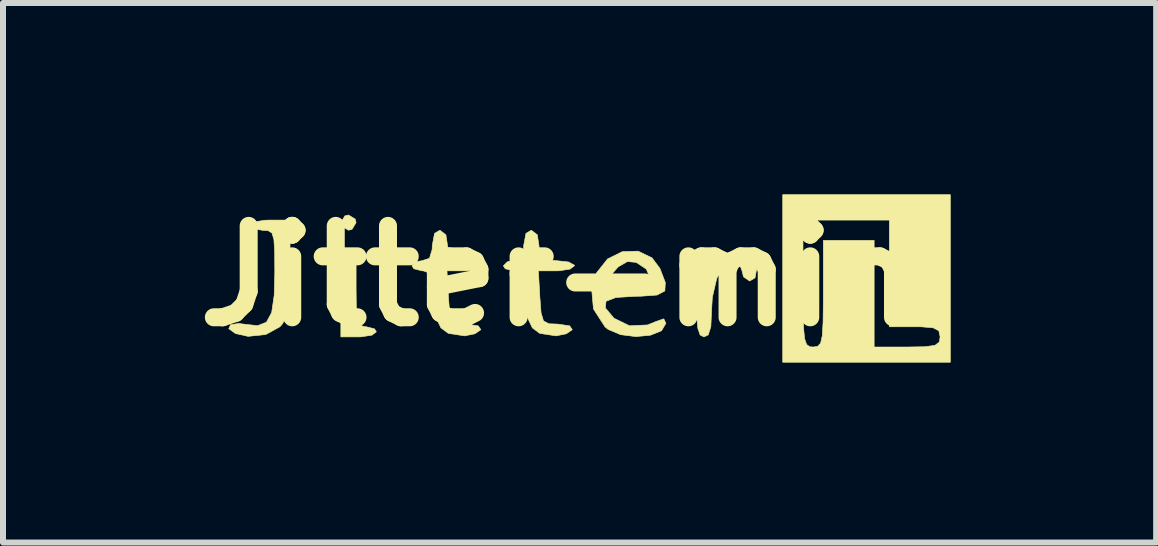
<source format=kicad_pcb>
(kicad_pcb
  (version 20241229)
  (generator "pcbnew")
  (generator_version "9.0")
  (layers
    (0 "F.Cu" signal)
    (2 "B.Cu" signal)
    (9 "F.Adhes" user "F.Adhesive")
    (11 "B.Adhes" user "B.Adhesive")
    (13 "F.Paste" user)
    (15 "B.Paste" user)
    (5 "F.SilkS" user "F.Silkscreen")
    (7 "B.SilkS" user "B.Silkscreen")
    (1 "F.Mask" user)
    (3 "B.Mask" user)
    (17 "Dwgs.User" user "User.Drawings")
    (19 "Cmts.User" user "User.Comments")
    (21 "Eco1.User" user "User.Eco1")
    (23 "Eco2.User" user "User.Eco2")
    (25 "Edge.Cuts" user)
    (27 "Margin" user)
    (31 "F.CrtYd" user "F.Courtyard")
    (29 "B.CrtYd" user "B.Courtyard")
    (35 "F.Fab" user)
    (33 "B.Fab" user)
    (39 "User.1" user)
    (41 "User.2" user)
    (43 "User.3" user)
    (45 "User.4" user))
  (footprint "Jitter-mini"
    (layer "F.Cu")
    (at 12.811 0.25)
    (property "Reference" "Jitter-mini" (at -6.2 1.3 0) (layer "F.SilkS") (effects (font (size 1.524 1.524) (thickness 0.3))))
    (attr through_hole)
    (fp_poly (pts (xy -9.94 0.352) (xy -9.925 0.411) (xy -9.993 0.523) (xy -10.052 0.538) (xy -10.165 0.47) (xy -10.179 0.411) (xy -10.112 0.299) (xy -10.052 0.284) (xy -9.94 0.352)) (stroke (width 0.01) (type solid)) (fill yes) (layer "F.SilkS"))
    (fp_poly (pts (xy -9.925 1.512) (xy -9.921 1.836) (xy -9.903 2.027) (xy -9.861 2.118) (xy -9.786 2.146) (xy -9.756 2.147) (xy -9.618 2.182) (xy -9.587 2.231) (xy -9.661 2.287) (xy -9.844 2.315) (xy -9.883 2.316) (xy -10.179 2.316) (xy -10.179 1.681) (xy -10.183 1.356) (xy -10.202 1.166) (xy -10.243 1.074) (xy -10.318 1.047) (xy -10.349 1.046) (xy -10.486 1.011) (xy -10.518 0.961) (xy -10.444 0.905) (xy -10.261 0.877) (xy -10.222 0.877) (xy -9.925 0.877) (xy -9.925 1.512)) (stroke (width 0.01) (type solid)) (fill yes) (layer "F.SilkS"))
    (fp_poly (pts (xy -11.026 1.173) (xy -11.031 1.563) (xy -11.049 1.822) (xy -11.089 1.989) (xy -11.156 2.103) (xy -11.195 2.147) (xy -11.429 2.276) (xy -11.725 2.307) (xy -11.936 2.26) (xy -12.047 2.18) (xy -12.018 2.114) (xy -11.88 2.092) (xy -11.785 2.105) (xy -11.566 2.129) (xy -11.419 2.071) (xy -11.332 1.909) (xy -11.29 1.621) (xy -11.28 1.247) (xy -11.282 0.902) (xy -11.295 0.692) (xy -11.328 0.584) (xy -11.393 0.544) (xy -11.492 0.538) (xy -11.651 0.509) (xy -11.703 0.453) (xy -11.628 0.4) (xy -11.441 0.371) (xy -11.365 0.369) (xy -11.026 0.369) (xy -11.026 1.173)) (stroke (width 0.01) (type solid)) (fill yes) (layer "F.SilkS"))
    (fp_poly (pts (xy -3.291 0.908) (xy -3.24 1.036) (xy -3.237 1.131) (xy -3.275 1.332) (xy -3.364 1.385) (xy -3.467 1.314) (xy -3.491 1.215) (xy -3.542 1.078) (xy -3.613 1.046) (xy -3.782 1.124) (xy -3.912 1.338) (xy -3.986 1.655) (xy -3.999 1.869) (xy -4.011 2.144) (xy -4.054 2.282) (xy -4.126 2.316) (xy -4.189 2.285) (xy -4.228 2.173) (xy -4.247 1.951) (xy -4.253 1.596) (xy -4.247 1.237) (xy -4.228 1.016) (xy -4.188 0.906) (xy -4.126 0.877) (xy -4.015 0.945) (xy -3.999 1.008) (xy -3.983 1.093) (xy -3.907 1.073) (xy -3.81 1.008) (xy -3.594 0.906) (xy -3.429 0.877) (xy -3.291 0.908)) (stroke (width 0.01) (type solid)) (fill yes) (layer "F.SilkS"))
    (fp_poly (pts (xy -0.019 2.739) (xy -2.813 2.739) (xy -2.813 0.369) (xy -2.475 0.369) (xy -2.475 1.427) (xy -2.473 1.866) (xy -2.466 2.164) (xy -2.448 2.347) (xy -2.415 2.443) (xy -2.363 2.48) (xy -2.305 2.485) (xy -2.23 2.474) (xy -2.181 2.421) (xy -2.153 2.295) (xy -2.14 2.067) (xy -2.136 1.708) (xy -2.136 1.596) (xy -2.136 0.707) (xy -1.289 0.707) (xy -1.289 2.485) (xy -0.739 2.485) (xy -0.441 2.48) (xy -0.275 2.457) (xy -0.203 2.403) (xy -0.189 2.316) (xy -0.211 2.214) (xy -0.306 2.164) (xy -0.514 2.147) (xy -0.612 2.147) (xy -1.035 2.147) (xy -1.035 0.369) (xy -2.475 0.369) (xy -2.813 0.369) (xy -2.813 -0.055) (xy -0.019 -0.055) (xy -0.019 2.739)) (stroke (width 0.01) (type solid)) (fill yes) (layer "F.SilkS"))
    (fp_poly (pts (xy -8.428 0.614) (xy -8.401 0.792) (xy -8.385 0.963) (xy -8.301 1.033) (xy -8.105 1.046) (xy -7.909 1.067) (xy -7.811 1.12) (xy -7.809 1.131) (xy -7.883 1.186) (xy -8.067 1.214) (xy -8.109 1.215) (xy -8.41 1.215) (xy -8.385 1.66) (xy -8.365 1.918) (xy -8.325 2.05) (xy -8.236 2.097) (xy -8.084 2.103) (xy -7.889 2.132) (xy -7.845 2.196) (xy -7.944 2.264) (xy -8.116 2.299) (xy -8.388 2.257) (xy -8.511 2.165) (xy -8.62 1.935) (xy -8.655 1.611) (xy -8.666 1.367) (xy -8.709 1.25) (xy -8.802 1.216) (xy -8.825 1.215) (xy -8.962 1.18) (xy -8.994 1.131) (xy -8.923 1.062) (xy -8.825 1.046) (xy -8.701 1.006) (xy -8.657 0.858) (xy -8.655 0.792) (xy -8.617 0.59) (xy -8.528 0.538) (xy -8.428 0.614)) (stroke (width 0.01) (type solid)) (fill yes) (layer "F.SilkS"))
    (fp_poly (pts (xy -6.904 0.614) (xy -6.877 0.792) (xy -6.861 0.963) (xy -6.777 1.033) (xy -6.581 1.046) (xy -6.385 1.067) (xy -6.287 1.12) (xy -6.285 1.131) (xy -6.359 1.186) (xy -6.543 1.214) (xy -6.585 1.215) (xy -6.886 1.215) (xy -6.861 1.66) (xy -6.841 1.918) (xy -6.801 2.05) (xy -6.712 2.097) (xy -6.56 2.103) (xy -6.365 2.132) (xy -6.321 2.196) (xy -6.42 2.264) (xy -6.592 2.299) (xy -6.864 2.257) (xy -6.987 2.165) (xy -7.096 1.935) (xy -7.131 1.611) (xy -7.142 1.367) (xy -7.185 1.25) (xy -7.278 1.216) (xy -7.301 1.215) (xy -7.438 1.18) (xy -7.47 1.131) (xy -7.399 1.062) (xy -7.301 1.046) (xy -7.177 1.006) (xy -7.133 0.858) (xy -7.131 0.792) (xy -7.093 0.59) (xy -7.004 0.538) (xy -6.904 0.614)) (stroke (width 0.01) (type solid)) (fill yes) (layer "F.SilkS"))
    (fp_poly (pts (xy -4.992 0.998) (xy -4.86 1.175) (xy -4.77 1.41) (xy -4.778 1.55) (xy -4.908 1.618) (xy -5.179 1.638) (xy -5.269 1.639) (xy -5.594 1.659) (xy -5.759 1.722) (xy -5.769 1.834) (xy -5.63 2) (xy -5.622 2.007) (xy -5.367 2.131) (xy -5.067 2.117) (xy -4.924 2.059) (xy -4.796 2.015) (xy -4.761 2.088) (xy -4.761 2.091) (xy -4.834 2.214) (xy -5.018 2.288) (xy -5.262 2.311) (xy -5.515 2.279) (xy -5.725 2.19) (xy -5.775 2.149) (xy -5.968 1.85) (xy -5.999 1.512) (xy -5.962 1.395) (xy -5.739 1.395) (xy -5.72 1.45) (xy -5.584 1.468) (xy -5.406 1.469) (xy -5.142 1.451) (xy -5.025 1.391) (xy -5.015 1.353) (xy -5.087 1.186) (xy -5.254 1.074) (xy -5.403 1.06) (xy -5.555 1.148) (xy -5.671 1.279) (xy -5.739 1.395) (xy -5.962 1.395) (xy -5.918 1.251) (xy -5.733 1.017) (xy -5.487 0.895) (xy -5.224 0.887) (xy -4.992 0.998)) (stroke (width 0.01) (type solid)) (fill yes) (layer "F.SilkS")))
  (gr_rect
    (start -3 -3)
    (end 16.223 5.994)
    (stroke (width 0.1) (type default))
    (fill no)
    (layer "Edge.Cuts")))
</source>
